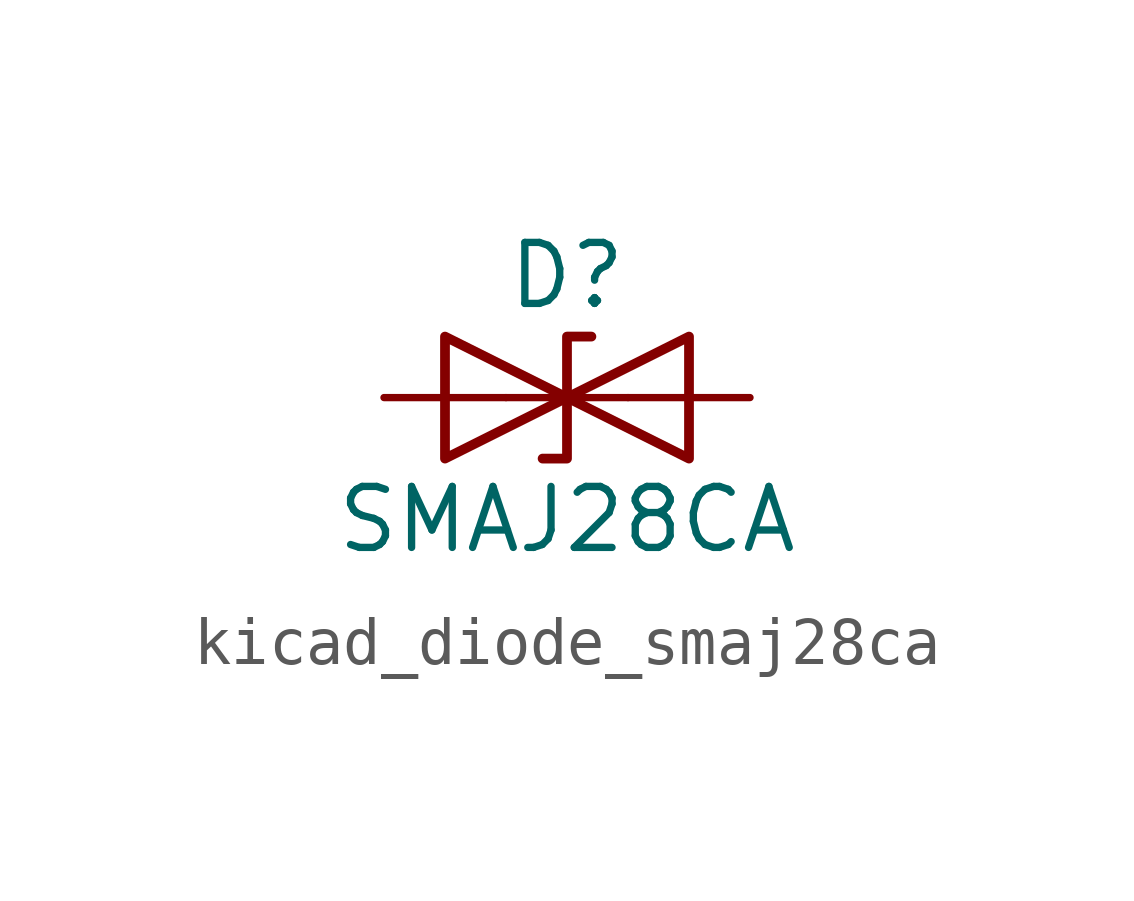
<source format=kicad_sym>
(kicad_symbol_lib
  (version 20220914)
  (generator kicad_symbol_editor)
  (symbol "kicad_diode_smaj28ca"
    (pin_numbers hide)
    (pin_names
      (offset 1.016) hide)
    (property "Reference" "D"
      (at 0 2.54 0)
      (effects (font (size 1.27 1.27))))
    (property "Value" "SMAJ28CA"
      (at 0 -2.54 0)
      (effects (font (size 1.27 1.27))))
    (symbol "kicad_diode_smaj28ca_0_1"
      (polyline (pts (xy 1.27 0) (xy -1.27 0)) (stroke (width 0) (type default)) (fill (type none)))
      (polyline (pts (xy -2.54 -1.27) (xy 0 0) (xy -2.54 1.27) (xy -2.54 -1.27)) (stroke (width 0.203) (type default)) (fill (type none)))
      (polyline (pts (xy 0.508 1.27) (xy 0 1.27) (xy 0 -1.27) (xy -0.508 -1.27)) (stroke (width 0.203) (type default)) (fill (type none)))
      (polyline (pts (xy 2.54 1.27) (xy 2.54 -1.27) (xy 0 0) (xy 2.54 1.27)) (stroke (width 0.203) (type default)) (fill (type none))))
    (symbol "kicad_diode_smaj28ca_1_1"
      (pin passive line (at -3.81 0 0) (length 2.54) (name "A1" (effects (font (size 1.27 1.27)))) (number "1" (effects (font (size 1.27 1.27)))))
      (pin passive line (at 3.81 0 180) (length 2.54) (name "A2" (effects (font (size 1.27 1.27)))) (number "2" (effects (font (size 1.27 1.27))))))))
</source>
